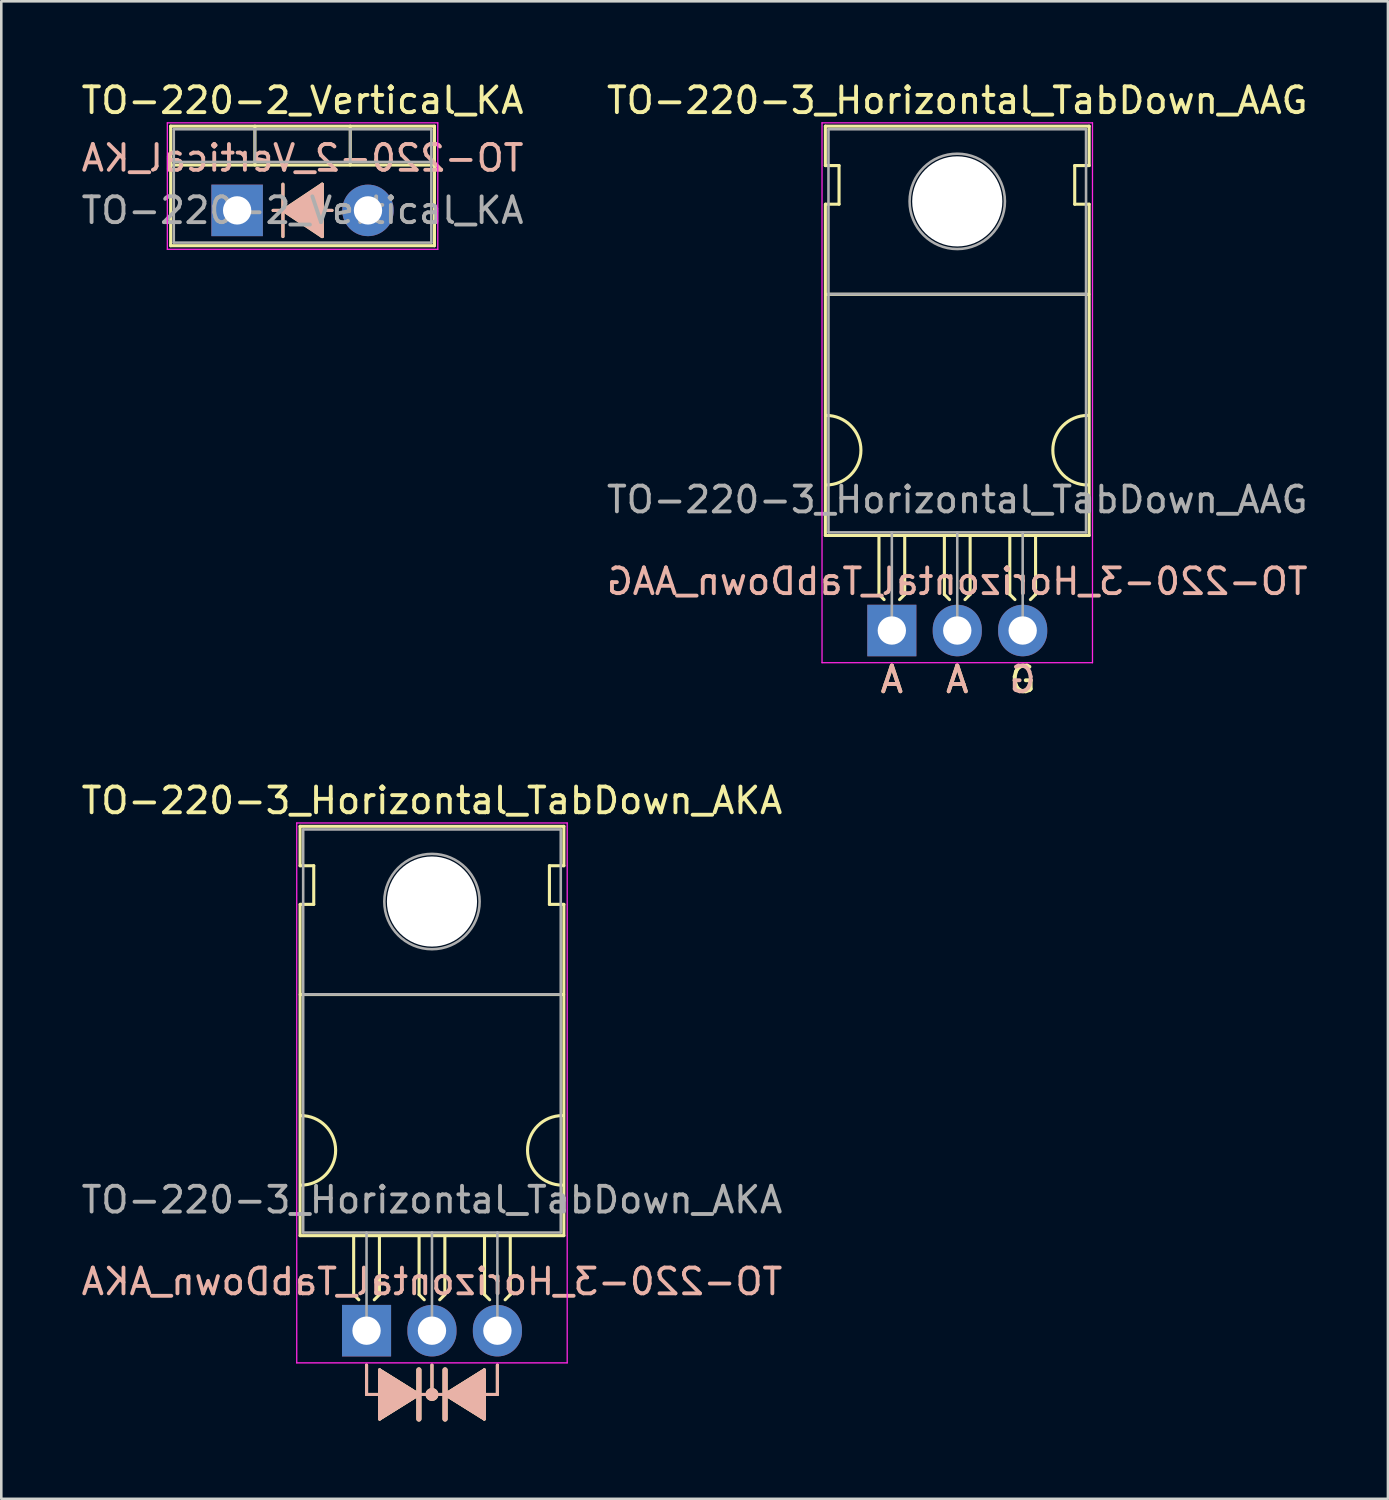
<source format=kicad_pcb>
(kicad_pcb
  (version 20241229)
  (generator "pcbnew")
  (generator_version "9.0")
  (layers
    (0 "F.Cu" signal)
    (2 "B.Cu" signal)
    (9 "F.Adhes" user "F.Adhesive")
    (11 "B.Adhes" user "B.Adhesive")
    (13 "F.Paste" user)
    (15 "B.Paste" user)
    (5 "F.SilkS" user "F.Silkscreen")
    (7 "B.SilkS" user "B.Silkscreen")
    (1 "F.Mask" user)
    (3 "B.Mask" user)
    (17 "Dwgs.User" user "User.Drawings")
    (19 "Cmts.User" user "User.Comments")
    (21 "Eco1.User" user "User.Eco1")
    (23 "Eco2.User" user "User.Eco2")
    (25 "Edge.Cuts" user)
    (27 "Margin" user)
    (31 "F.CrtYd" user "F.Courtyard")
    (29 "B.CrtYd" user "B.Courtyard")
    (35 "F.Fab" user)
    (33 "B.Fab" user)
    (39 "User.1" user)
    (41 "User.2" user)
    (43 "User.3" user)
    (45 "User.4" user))
  (footprint "TO-220-3_Horizontal_TabDown_AKA"
    (layer "F.Cu")
    (at 11.18 48.61)
    (property "Reference" "TO-220-3_Horizontal_TabDown_AKA" (at 2.54 -20.58 0) (layer "F.SilkS") (effects (font (size 1 1) (thickness 0.15))))
    (fp_line (start -2.58 -19.58) (end -2.58 -18.05) (stroke (width 0.12) (type solid)) (layer "F.SilkS"))
    (fp_line (start -2.58 -19.58) (end 7.66 -19.58) (stroke (width 0.12) (type solid)) (layer "F.SilkS"))
    (fp_line (start -2.58 -18.05) (end -2.05 -18.05) (stroke (width 0.12) (type solid)) (layer "F.SilkS"))
    (fp_line (start -2.58 -16.55) (end -2.58 -3.69) (stroke (width 0.12) (type solid)) (layer "F.SilkS"))
    (fp_line (start -2.58 -3.69) (end 7.66 -3.69) (stroke (width 0.12) (type solid)) (layer "F.SilkS"))
    (fp_line (start -2.575 -13.05) (end 7.65 -13.05) (stroke (width 0.12) (type solid)) (layer "F.SilkS"))
    (fp_line (start -2.05 -18.05) (end -2.05 -16.55) (stroke (width 0.12) (type solid)) (layer "F.SilkS"))
    (fp_line (start -2.05 -16.55) (end -2.575 -16.55) (stroke (width 0.12) (type solid)) (layer "F.SilkS"))
    (fp_line (start -0.5 -3.65) (end -0.5 -1.4) (stroke (width 0.12) (type solid)) (layer "F.SilkS"))
    (fp_line (start -0.5 -1.4) (end -0.3 -1.2) (stroke (width 0.12) (type solid)) (layer "F.SilkS"))
    (fp_line (start 0 1.333) (end 0 2.477) (stroke (width 0.12) (type solid)) (layer "F.SilkS"))
    (fp_line (start 0 2.477) (end 0.508 2.477) (stroke (width 0.12) (type solid)) (layer "F.SilkS"))
    (fp_line (start 0.5 -3.65) (end 0.5 -1.4) (stroke (width 0.12) (type solid)) (layer "F.SilkS"))
    (fp_line (start 0.5 -1.4) (end 0.3 -1.2) (stroke (width 0.12) (type solid)) (layer "F.SilkS"))
    (fp_line (start 0.508 1.714) (end 0.508 1.524) (stroke (width 0.12) (type solid)) (layer "F.SilkS"))
    (fp_line (start 0.508 1.714) (end 0.508 3.239) (stroke (width 0.12) (type solid)) (layer "F.SilkS"))
    (fp_line (start 0.508 3.239) (end 0.508 3.429) (stroke (width 0.12) (type solid)) (layer "F.SilkS"))
    (fp_line (start 2.032 2.477) (end 0.508 1.524) (stroke (width 0.12) (type solid)) (layer "F.SilkS"))
    (fp_line (start 2.032 2.477) (end 0.508 3.429) (stroke (width 0.12) (type solid)) (layer "F.SilkS"))
    (fp_line (start 2.032 3.429) (end 2.032 1.524) (stroke (width 0.2) (type solid)) (layer "F.SilkS"))
    (fp_line (start 2.04 -3.65) (end 2.04 -1.4) (stroke (width 0.12) (type solid)) (layer "F.SilkS"))
    (fp_line (start 2.04 -1.4) (end 2.24 -1.2) (stroke (width 0.12) (type solid)) (layer "F.SilkS"))
    (fp_line (start 2.54 1.333) (end 2.54 2.477) (stroke (width 0.12) (type solid)) (layer "F.SilkS"))
    (fp_line (start 2.54 2.477) (end 2.032 2.477) (stroke (width 0.12) (type solid)) (layer "F.SilkS"))
    (fp_line (start 2.54 2.477) (end 3.048 2.477) (stroke (width 0.12) (type solid)) (layer "F.SilkS"))
    (fp_line (start 3.04 -3.65) (end 3.04 -1.4) (stroke (width 0.12) (type solid)) (layer "F.SilkS"))
    (fp_line (start 3.04 -1.4) (end 2.84 -1.2) (stroke (width 0.12) (type solid)) (layer "F.SilkS"))
    (fp_line (start 3.048 1.524) (end 3.048 3.429) (stroke (width 0.2) (type solid)) (layer "F.SilkS"))
    (fp_line (start 3.048 2.477) (end 4.572 3.429) (stroke (width 0.12) (type solid)) (layer "F.SilkS"))
    (fp_line (start 4.572 1.524) (end 3.048 2.477) (stroke (width 0.12) (type solid)) (layer "F.SilkS"))
    (fp_line (start 4.572 3.429) (end 4.572 1.524) (stroke (width 0.12) (type solid)) (layer "F.SilkS"))
    (fp_line (start 4.58 -3.65) (end 4.58 -1.4) (stroke (width 0.12) (type solid)) (layer "F.SilkS"))
    (fp_line (start 4.58 -1.4) (end 4.78 -1.2) (stroke (width 0.12) (type solid)) (layer "F.SilkS"))
    (fp_line (start 5.08 1.333) (end 5.08 2.477) (stroke (width 0.12) (type solid)) (layer "F.SilkS"))
    (fp_line (start 5.08 2.477) (end 4.572 2.477) (stroke (width 0.12) (type solid)) (layer "F.SilkS"))
    (fp_line (start 5.58 -3.65) (end 5.58 -1.4) (stroke (width 0.12) (type solid)) (layer "F.SilkS"))
    (fp_line (start 5.58 -1.4) (end 5.38 -1.2) (stroke (width 0.12) (type solid)) (layer "F.SilkS"))
    (fp_line (start 7.1 -18.05) (end 7.66 -18.05) (stroke (width 0.12) (type solid)) (layer "F.SilkS"))
    (fp_line (start 7.1 -16.55) (end 7.1 -18.05) (stroke (width 0.12) (type solid)) (layer "F.SilkS"))
    (fp_line (start 7.66 -19.58) (end 7.66 -18.05) (stroke (width 0.12) (type solid)) (layer "F.SilkS"))
    (fp_line (start 7.66 -16.55) (end 7.1 -16.55) (stroke (width 0.12) (type solid)) (layer "F.SilkS"))
    (fp_line (start 7.66 -16.55) (end 7.66 -3.69) (stroke (width 0.12) (type solid)) (layer "F.SilkS"))
    (fp_arc (start -2.55 -8.35) (mid -1.2 -7) (end -2.55 -5.65) (stroke (width 0.12) (type solid)) (layer "F.SilkS"))
    (fp_arc (start 7.6 -5.65) (mid 6.25 -7) (end 7.6 -8.35) (stroke (width 0.12) (type solid)) (layer "F.SilkS"))
    (fp_circle (center 2.54 2.477) (end 2.54 2.54) (stroke (width 0.12) (type solid)) (fill no) (layer "F.SilkS"))
    (fp_circle (center 2.54 2.477) (end 2.54 2.603) (stroke (width 0.12) (type solid)) (fill no) (layer "F.SilkS"))
    (fp_circle (center 2.54 2.477) (end 2.54 2.667) (stroke (width 0.12) (type solid)) (fill no) (layer "F.SilkS"))
    (fp_poly (pts (xy 2.032 2.477) (xy 0.508 3.429) (xy 0.508 1.524)) (stroke (width 0.1) (type solid)) (fill yes) (layer "F.SilkS"))
    (fp_poly (pts (xy 4.572 3.429) (xy 3.048 2.477) (xy 4.572 1.524)) (stroke (width 0.1) (type solid)) (fill yes) (layer "F.SilkS"))
    (fp_line (start 0 1.333) (end 0 2.477) (stroke (width 0.12) (type solid)) (layer "B.SilkS"))
    (fp_line (start 0 2.477) (end 0.508 2.477) (stroke (width 0.12) (type solid)) (layer "B.SilkS"))
    (fp_line (start 0.508 1.524) (end 2.032 2.477) (stroke (width 0.12) (type solid)) (layer "B.SilkS"))
    (fp_line (start 0.508 3.429) (end 0.508 1.524) (stroke (width 0.12) (type solid)) (layer "B.SilkS"))
    (fp_line (start 2.032 1.524) (end 2.032 3.429) (stroke (width 0.2) (type solid)) (layer "B.SilkS"))
    (fp_line (start 2.032 2.477) (end 0.508 3.429) (stroke (width 0.12) (type solid)) (layer "B.SilkS"))
    (fp_line (start 2.54 1.333) (end 2.54 2.477) (stroke (width 0.12) (type solid)) (layer "B.SilkS"))
    (fp_line (start 2.54 2.477) (end 2.032 2.477) (stroke (width 0.12) (type solid)) (layer "B.SilkS"))
    (fp_line (start 2.54 2.477) (end 3.048 2.477) (stroke (width 0.12) (type solid)) (layer "B.SilkS"))
    (fp_line (start 3.048 2.477) (end 4.572 1.524) (stroke (width 0.12) (type solid)) (layer "B.SilkS"))
    (fp_line (start 3.048 2.477) (end 4.572 3.429) (stroke (width 0.12) (type solid)) (layer "B.SilkS"))
    (fp_line (start 3.048 3.429) (end 3.048 1.524) (stroke (width 0.2) (type solid)) (layer "B.SilkS"))
    (fp_line (start 4.572 1.714) (end 4.572 1.524) (stroke (width 0.12) (type solid)) (layer "B.SilkS"))
    (fp_line (start 4.572 1.714) (end 4.572 3.239) (stroke (width 0.12) (type solid)) (layer "B.SilkS"))
    (fp_line (start 4.572 3.239) (end 4.572 3.429) (stroke (width 0.12) (type solid)) (layer "B.SilkS"))
    (fp_line (start 5.08 1.333) (end 5.08 2.477) (stroke (width 0.12) (type solid)) (layer "B.SilkS"))
    (fp_line (start 5.08 2.477) (end 4.572 2.477) (stroke (width 0.12) (type solid)) (layer "B.SilkS"))
    (fp_circle (center 2.54 2.477) (end 2.54 2.54) (stroke (width 0.12) (type solid)) (fill no) (layer "B.SilkS"))
    (fp_circle (center 2.54 2.477) (end 2.54 2.603) (stroke (width 0.12) (type solid)) (fill no) (layer "B.SilkS"))
    (fp_circle (center 2.54 2.477) (end 2.54 2.667) (stroke (width 0.12) (type solid)) (fill no) (layer "B.SilkS"))
    (fp_poly (pts (xy 0.508 3.429) (xy 2.032 2.477) (xy 0.508 1.524)) (stroke (width 0.1) (type solid)) (fill yes) (layer "B.SilkS"))
    (fp_poly (pts (xy 3.048 2.477) (xy 4.572 3.429) (xy 4.572 1.524)) (stroke (width 0.1) (type solid)) (fill yes) (layer "B.SilkS"))
    (fp_line (start -2.71 -19.71) (end -2.71 1.25) (stroke (width 0.05) (type solid)) (layer "F.CrtYd"))
    (fp_line (start -2.71 1.25) (end 7.79 1.25) (stroke (width 0.05) (type solid)) (layer "F.CrtYd"))
    (fp_line (start 7.79 -19.71) (end -2.71 -19.71) (stroke (width 0.05) (type solid)) (layer "F.CrtYd"))
    (fp_line (start 7.79 1.25) (end 7.79 -19.71) (stroke (width 0.05) (type solid)) (layer "F.CrtYd"))
    (fp_line (start -2.46 -19.46) (end 7.54 -19.46) (stroke (width 0.1) (type solid)) (layer "F.Fab"))
    (fp_line (start -2.46 -13.06) (end -2.46 -19.46) (stroke (width 0.1) (type solid)) (layer "F.Fab"))
    (fp_line (start -2.46 -13.06) (end 7.54 -13.06) (stroke (width 0.1) (type solid)) (layer "F.Fab"))
    (fp_line (start -2.46 -3.81) (end -2.46 -13.06) (stroke (width 0.1) (type solid)) (layer "F.Fab"))
    (fp_line (start 0 -3.81) (end 0 0) (stroke (width 0.1) (type solid)) (layer "F.Fab"))
    (fp_line (start 2.54 -3.81) (end 2.54 0) (stroke (width 0.1) (type solid)) (layer "F.Fab"))
    (fp_line (start 5.08 -3.81) (end 5.08 0) (stroke (width 0.1) (type solid)) (layer "F.Fab"))
    (fp_line (start 7.54 -19.46) (end 7.54 -13.06) (stroke (width 0.1) (type solid)) (layer "F.Fab"))
    (fp_line (start 7.54 -13.06) (end -2.46 -13.06) (stroke (width 0.1) (type solid)) (layer "F.Fab"))
    (fp_line (start 7.54 -13.06) (end 7.54 -3.81) (stroke (width 0.1) (type solid)) (layer "F.Fab"))
    (fp_line (start 7.54 -3.81) (end -2.46 -3.81) (stroke (width 0.1) (type solid)) (layer "F.Fab"))
    (fp_circle (center 2.54 -16.66) (end 4.39 -16.66) (stroke (width 0.1) (type solid)) (fill no) (layer "F.Fab"))
    (fp_text user "${REFERENCE}" (at 2.54 -1.905 0) (layer "B.SilkS") (effects (font (size 1 1) (thickness 0.15)) (justify mirror)))
    (fp_text user "${REFERENCE}" (at 2.54 -5.08 0) (layer "F.Fab") (effects (font (size 1 1) (thickness 0.15))))
    (pad "" np_thru_hole oval (at 2.54 -16.66) (size 3.5 3.5) (drill 3.5) (layers "*.Cu" "*.Mask"))
    (pad "1" thru_hole rect (at 0 0) (size 1.905 2) (drill 1.1) (layers "*.Cu" "*.Mask"))
    (pad "2" thru_hole oval (at 2.54 0) (size 1.905 2) (drill 1.1) (layers "*.Cu" "*.Mask"))
    (pad "3" thru_hole oval (at 5.08 0) (size 1.905 2) (drill 1.1) (layers "*.Cu" "*.Mask")))
  (footprint "TO-220-3_Horizontal_TabDown_AAG"
    (layer "F.Cu")
    (at 31.573 21.428)
    (property "Reference" "TO-220-3_Horizontal_TabDown_AAG" (at 2.54 -20.58 0) (layer "F.SilkS") (effects (font (size 1 1) (thickness 0.15))))
    (fp_line (start -2.58 -19.58) (end -2.58 -18.05) (stroke (width 0.12) (type solid)) (layer "F.SilkS"))
    (fp_line (start -2.58 -19.58) (end 7.66 -19.58) (stroke (width 0.12) (type solid)) (layer "F.SilkS"))
    (fp_line (start -2.58 -18.05) (end -2.05 -18.05) (stroke (width 0.12) (type solid)) (layer "F.SilkS"))
    (fp_line (start -2.58 -16.55) (end -2.58 -3.69) (stroke (width 0.12) (type solid)) (layer "F.SilkS"))
    (fp_line (start -2.58 -3.69) (end 7.66 -3.69) (stroke (width 0.12) (type solid)) (layer "F.SilkS"))
    (fp_line (start -2.575 -13.05) (end 7.65 -13.05) (stroke (width 0.12) (type solid)) (layer "F.SilkS"))
    (fp_line (start -2.05 -18.05) (end -2.05 -16.55) (stroke (width 0.12) (type solid)) (layer "F.SilkS"))
    (fp_line (start -2.05 -16.55) (end -2.575 -16.55) (stroke (width 0.12) (type solid)) (layer "F.SilkS"))
    (fp_line (start -0.5 -3.65) (end -0.5 -1.4) (stroke (width 0.12) (type solid)) (layer "F.SilkS"))
    (fp_line (start -0.5 -1.4) (end -0.3 -1.2) (stroke (width 0.12) (type solid)) (layer "F.SilkS"))
    (fp_line (start 0.5 -3.65) (end 0.5 -1.4) (stroke (width 0.12) (type solid)) (layer "F.SilkS"))
    (fp_line (start 0.5 -1.4) (end 0.3 -1.2) (stroke (width 0.12) (type solid)) (layer "F.SilkS"))
    (fp_line (start 2.04 -3.65) (end 2.04 -1.4) (stroke (width 0.12) (type solid)) (layer "F.SilkS"))
    (fp_line (start 2.04 -1.4) (end 2.24 -1.2) (stroke (width 0.12) (type solid)) (layer "F.SilkS"))
    (fp_line (start 3.04 -3.65) (end 3.04 -1.4) (stroke (width 0.12) (type solid)) (layer "F.SilkS"))
    (fp_line (start 3.04 -1.4) (end 2.84 -1.2) (stroke (width 0.12) (type solid)) (layer "F.SilkS"))
    (fp_line (start 4.58 -3.65) (end 4.58 -1.4) (stroke (width 0.12) (type solid)) (layer "F.SilkS"))
    (fp_line (start 4.58 -1.4) (end 4.78 -1.2) (stroke (width 0.12) (type solid)) (layer "F.SilkS"))
    (fp_line (start 5.58 -3.65) (end 5.58 -1.4) (stroke (width 0.12) (type solid)) (layer "F.SilkS"))
    (fp_line (start 5.58 -1.4) (end 5.38 -1.2) (stroke (width 0.12) (type solid)) (layer "F.SilkS"))
    (fp_line (start 7.1 -18.05) (end 7.66 -18.05) (stroke (width 0.12) (type solid)) (layer "F.SilkS"))
    (fp_line (start 7.1 -16.55) (end 7.1 -18.05) (stroke (width 0.12) (type solid)) (layer "F.SilkS"))
    (fp_line (start 7.66 -19.58) (end 7.66 -18.05) (stroke (width 0.12) (type solid)) (layer "F.SilkS"))
    (fp_line (start 7.66 -16.55) (end 7.1 -16.55) (stroke (width 0.12) (type solid)) (layer "F.SilkS"))
    (fp_line (start 7.66 -16.55) (end 7.66 -3.69) (stroke (width 0.12) (type solid)) (layer "F.SilkS"))
    (fp_arc (start -2.55 -8.35) (mid -1.2 -7) (end -2.55 -5.65) (stroke (width 0.12) (type solid)) (layer "F.SilkS"))
    (fp_arc (start 7.6 -5.65) (mid 6.25 -7) (end 7.6 -8.35) (stroke (width 0.12) (type solid)) (layer "F.SilkS"))
    (fp_line (start -2.71 -19.71) (end -2.71 1.25) (stroke (width 0.05) (type solid)) (layer "F.CrtYd"))
    (fp_line (start -2.71 1.25) (end 7.79 1.25) (stroke (width 0.05) (type solid)) (layer "F.CrtYd"))
    (fp_line (start 7.79 -19.71) (end -2.71 -19.71) (stroke (width 0.05) (type solid)) (layer "F.CrtYd"))
    (fp_line (start 7.79 1.25) (end 7.79 -19.71) (stroke (width 0.05) (type solid)) (layer "F.CrtYd"))
    (fp_line (start -2.46 -19.46) (end 7.54 -19.46) (stroke (width 0.1) (type solid)) (layer "F.Fab"))
    (fp_line (start -2.46 -13.06) (end -2.46 -19.46) (stroke (width 0.1) (type solid)) (layer "F.Fab"))
    (fp_line (start -2.46 -13.06) (end 7.54 -13.06) (stroke (width 0.1) (type solid)) (layer "F.Fab"))
    (fp_line (start -2.46 -3.81) (end -2.46 -13.06) (stroke (width 0.1) (type solid)) (layer "F.Fab"))
    (fp_line (start 0 -3.81) (end 0 0) (stroke (width 0.1) (type solid)) (layer "F.Fab"))
    (fp_line (start 2.54 -3.81) (end 2.54 0) (stroke (width 0.1) (type solid)) (layer "F.Fab"))
    (fp_line (start 5.08 -3.81) (end 5.08 0) (stroke (width 0.1) (type solid)) (layer "F.Fab"))
    (fp_line (start 7.54 -19.46) (end 7.54 -13.06) (stroke (width 0.1) (type solid)) (layer "F.Fab"))
    (fp_line (start 7.54 -13.06) (end -2.46 -13.06) (stroke (width 0.1) (type solid)) (layer "F.Fab"))
    (fp_line (start 7.54 -13.06) (end 7.54 -3.81) (stroke (width 0.1) (type solid)) (layer "F.Fab"))
    (fp_line (start 7.54 -3.81) (end -2.46 -3.81) (stroke (width 0.1) (type solid)) (layer "F.Fab"))
    (fp_circle (center 2.54 -16.66) (end 4.39 -16.66) (stroke (width 0.1) (type solid)) (fill no) (layer "F.Fab"))
    (fp_text user "A" (at 2.54 1.905 0) (unlocked yes) (layer "F.SilkS") (effects (font (size 1 1) (thickness 0.15))))
    (fp_text user "A" (at 0 1.905 0) (unlocked yes) (layer "F.SilkS") (effects (font (size 1 1) (thickness 0.15))))
    (fp_text user "G" (at 5.08 1.905 0) (unlocked yes) (layer "F.SilkS") (effects (font (size 1 1) (thickness 0.15))))
    (fp_text user "G" (at 5.08 1.905 0) (unlocked yes) (layer "B.SilkS") (effects (font (size 1 1) (thickness 0.15)) (justify mirror)))
    (fp_text user "A" (at 0 1.905 0) (unlocked yes) (layer "B.SilkS") (effects (font (size 1 1) (thickness 0.15)) (justify mirror)))
    (fp_text user "${REFERENCE}" (at 2.54 -1.905 0) (layer "B.SilkS") (effects (font (size 1 1) (thickness 0.15)) (justify mirror)))
    (fp_text user "A" (at 2.54 1.905 0) (unlocked yes) (layer "B.SilkS") (effects (font (size 1 1) (thickness 0.15)) (justify mirror)))
    (fp_text user "${REFERENCE}" (at 2.54 -5.08 0) (layer "F.Fab") (effects (font (size 1 1) (thickness 0.15))))
    (pad "" np_thru_hole oval (at 2.54 -16.66) (size 3.5 3.5) (drill 3.5) (layers "*.Cu" "*.Mask"))
    (pad "1" thru_hole rect (at 0 0) (size 1.905 2) (drill 1.1) (layers "*.Cu" "*.Mask"))
    (pad "2" thru_hole oval (at 2.54 0) (size 1.905 2) (drill 1.1) (layers "*.Cu" "*.Mask"))
    (pad "3" thru_hole oval (at 5.08 0) (size 1.905 2) (drill 1.1) (layers "*.Cu" "*.Mask")))
  (footprint "TO-220-2_Vertical_KA"
    (layer "F.Cu")
    (at 6.156 5.118)
    (property "Reference" "TO-220-2_Vertical_KA" (at 2.54 -4.27 0) (layer "F.SilkS") (effects (font (size 1 1) (thickness 0.15))))
    (fp_line (start -2.58 -3.27) (end -2.58 1.371) (stroke (width 0.12) (type solid)) (layer "F.SilkS"))
    (fp_line (start -2.58 -3.27) (end 7.66 -3.27) (stroke (width 0.12) (type solid)) (layer "F.SilkS"))
    (fp_line (start -2.58 -1.76) (end 7.66 -1.76) (stroke (width 0.12) (type solid)) (layer "F.SilkS"))
    (fp_line (start -2.58 1.371) (end 7.66 1.371) (stroke (width 0.12) (type solid)) (layer "F.SilkS"))
    (fp_line (start 0.69 -3.27) (end 0.69 -1.76) (stroke (width 0.12) (type solid)) (layer "F.SilkS"))
    (fp_line (start 1.397 0) (end 1.778 0) (stroke (width 0.12) (type solid)) (layer "F.SilkS"))
    (fp_line (start 1.778 0) (end 1.778 -1.016) (stroke (width 0.12) (type solid)) (layer "F.SilkS"))
    (fp_line (start 1.778 0) (end 1.778 1.016) (stroke (width 0.12) (type solid)) (layer "F.SilkS"))
    (fp_line (start 1.778 0) (end 3.302 1.016) (stroke (width 0.12) (type solid)) (layer "F.SilkS"))
    (fp_line (start 3.302 -1.016) (end 1.778 0) (stroke (width 0.12) (type solid)) (layer "F.SilkS"))
    (fp_line (start 3.302 0) (end 3.683 0) (stroke (width 0.12) (type solid)) (layer "F.SilkS"))
    (fp_line (start 3.302 1.016) (end 3.302 -1.016) (stroke (width 0.12) (type solid)) (layer "F.SilkS"))
    (fp_line (start 4.391 -3.27) (end 4.391 -1.76) (stroke (width 0.12) (type solid)) (layer "F.SilkS"))
    (fp_line (start 7.66 -3.27) (end 7.66 1.371) (stroke (width 0.12) (type solid)) (layer "F.SilkS"))
    (fp_poly (pts (xy 3.3 1) (xy 1.8 0) (xy 3.3 -1)) (stroke (width 0.1) (type solid)) (fill yes) (layer "F.SilkS"))
    (fp_line (start 1.397 0) (end 1.778 0) (stroke (width 0.12) (type solid)) (layer "B.SilkS"))
    (fp_line (start 1.778 0) (end 1.778 -1.016) (stroke (width 0.12) (type solid)) (layer "B.SilkS"))
    (fp_line (start 1.778 0) (end 1.778 1.016) (stroke (width 0.12) (type solid)) (layer "B.SilkS"))
    (fp_line (start 1.778 0) (end 3.302 -1.016) (stroke (width 0.12) (type solid)) (layer "B.SilkS"))
    (fp_line (start 3.302 -1.016) (end 3.302 1.016) (stroke (width 0.12) (type solid)) (layer "B.SilkS"))
    (fp_line (start 3.302 0) (end 3.683 0) (stroke (width 0.12) (type solid)) (layer "B.SilkS"))
    (fp_line (start 3.302 1.016) (end 1.778 0) (stroke (width 0.12) (type solid)) (layer "B.SilkS"))
    (fp_poly (pts (xy 3.3 -1) (xy 1.8 0) (xy 3.3 1)) (stroke (width 0.1) (type solid)) (fill yes) (layer "B.SilkS"))
    (fp_line (start -2.71 -3.4) (end -2.71 1.51) (stroke (width 0.05) (type solid)) (layer "F.CrtYd"))
    (fp_line (start -2.71 1.51) (end 7.79 1.51) (stroke (width 0.05) (type solid)) (layer "F.CrtYd"))
    (fp_line (start 7.79 -3.4) (end -2.71 -3.4) (stroke (width 0.05) (type solid)) (layer "F.CrtYd"))
    (fp_line (start 7.79 1.51) (end 7.79 -3.4) (stroke (width 0.05) (type solid)) (layer "F.CrtYd"))
    (fp_line (start -2.46 -3.15) (end -2.46 1.25) (stroke (width 0.1) (type solid)) (layer "F.Fab"))
    (fp_line (start -2.46 -1.88) (end 7.54 -1.88) (stroke (width 0.1) (type solid)) (layer "F.Fab"))
    (fp_line (start -2.46 1.25) (end 7.54 1.25) (stroke (width 0.1) (type solid)) (layer "F.Fab"))
    (fp_line (start 0.69 -3.15) (end 0.69 -1.88) (stroke (width 0.1) (type solid)) (layer "F.Fab"))
    (fp_line (start 4.39 -3.15) (end 4.39 -1.88) (stroke (width 0.1) (type solid)) (layer "F.Fab"))
    (fp_line (start 7.54 -3.15) (end -2.46 -3.15) (stroke (width 0.1) (type solid)) (layer "F.Fab"))
    (fp_line (start 7.54 1.25) (end 7.54 -3.15) (stroke (width 0.1) (type solid)) (layer "F.Fab"))
    (fp_text user "${REFERENCE}" (at 2.54 -2.032 0) (layer "B.SilkS") (effects (font (size 1 1) (thickness 0.15)) (justify mirror)))
    (fp_text user "${REFERENCE}" (at 2.54 0 0) (layer "F.Fab") (effects (font (size 1 1) (thickness 0.15))))
    (pad "1" thru_hole rect (at 0 0) (size 2 2) (drill 1.1) (layers "*.Cu" "*.Mask"))
    (pad "2" thru_hole oval (at 5.08 0) (size 2 2) (drill 1.1) (layers "*.Cu" "*.Mask")))
  (gr_rect
    (start -3 -3)
    (end 50.833 55.139)
    (stroke (width 0.1) (type default))
    (fill no)
    (layer "Edge.Cuts")))
</source>
